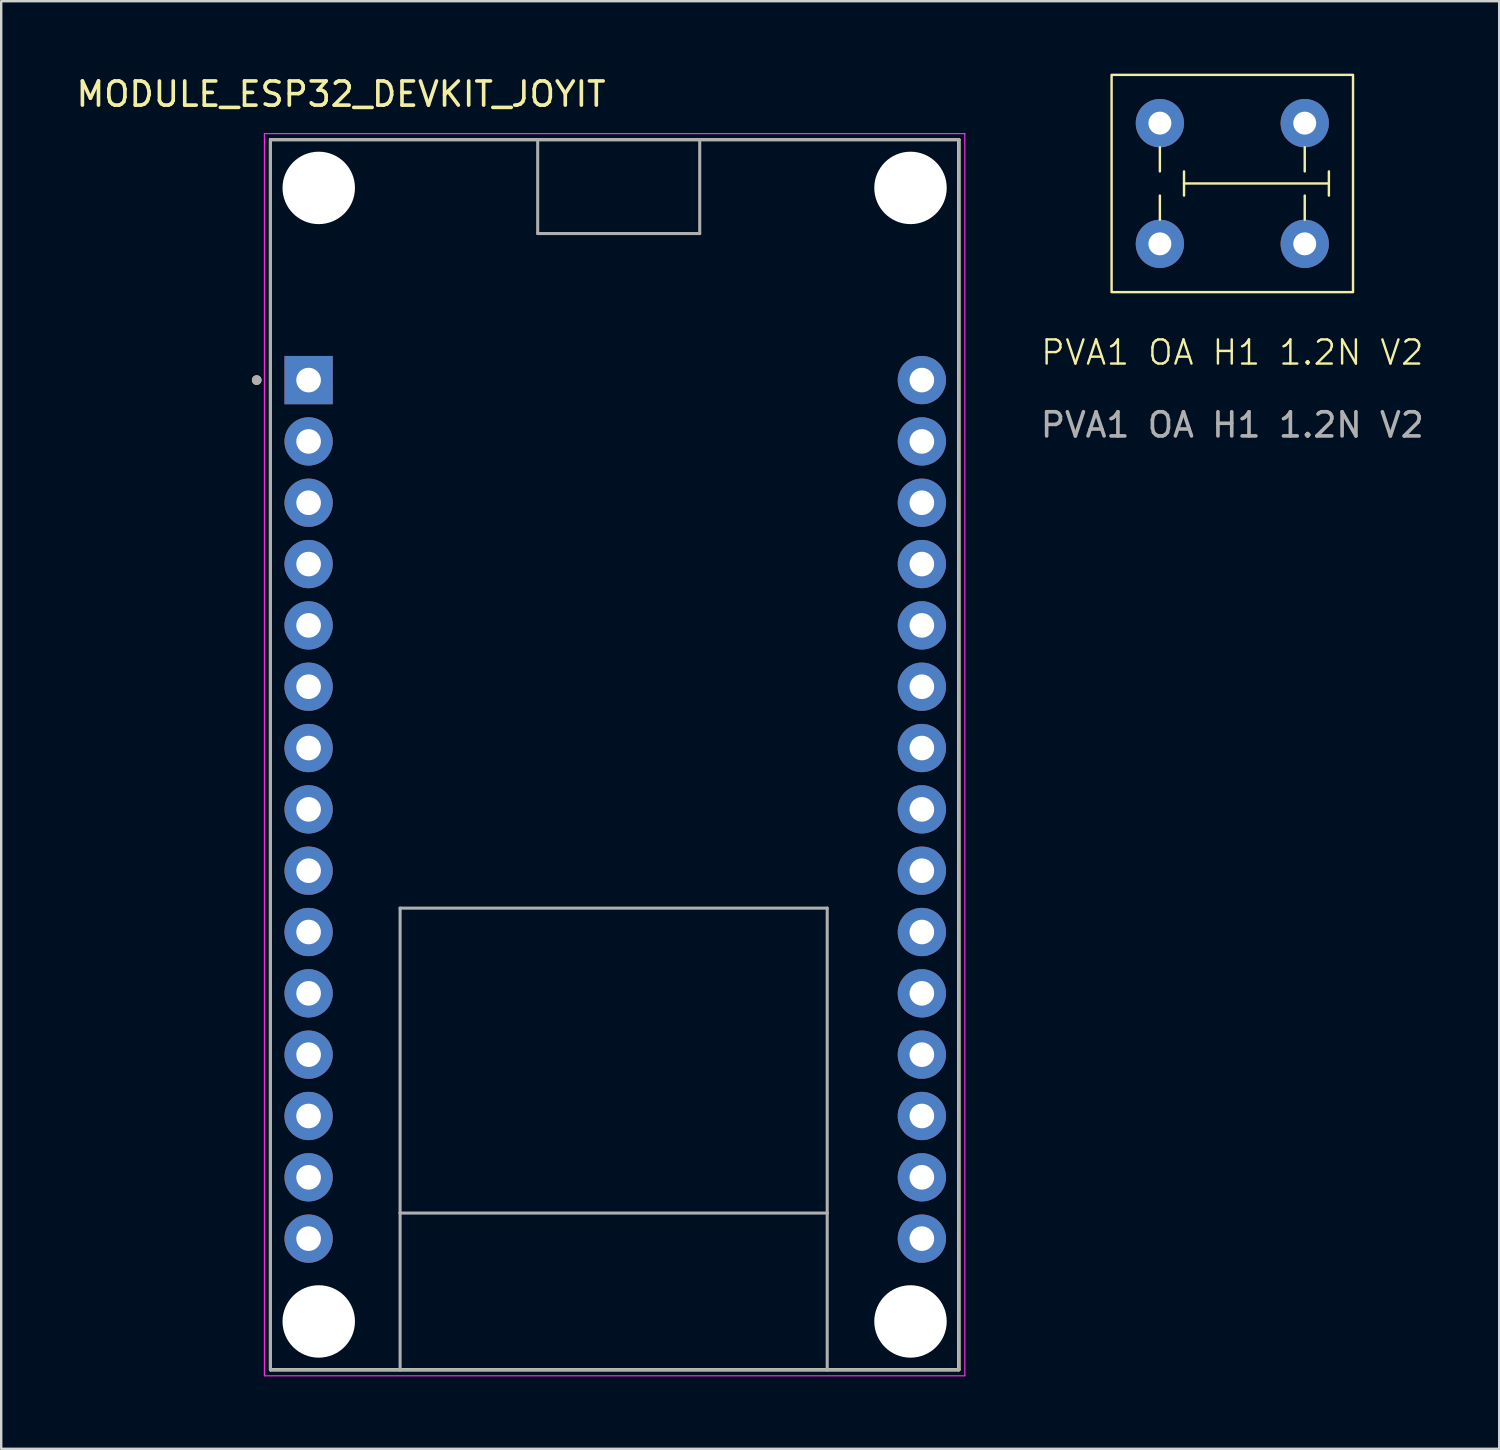
<source format=kicad_pcb>
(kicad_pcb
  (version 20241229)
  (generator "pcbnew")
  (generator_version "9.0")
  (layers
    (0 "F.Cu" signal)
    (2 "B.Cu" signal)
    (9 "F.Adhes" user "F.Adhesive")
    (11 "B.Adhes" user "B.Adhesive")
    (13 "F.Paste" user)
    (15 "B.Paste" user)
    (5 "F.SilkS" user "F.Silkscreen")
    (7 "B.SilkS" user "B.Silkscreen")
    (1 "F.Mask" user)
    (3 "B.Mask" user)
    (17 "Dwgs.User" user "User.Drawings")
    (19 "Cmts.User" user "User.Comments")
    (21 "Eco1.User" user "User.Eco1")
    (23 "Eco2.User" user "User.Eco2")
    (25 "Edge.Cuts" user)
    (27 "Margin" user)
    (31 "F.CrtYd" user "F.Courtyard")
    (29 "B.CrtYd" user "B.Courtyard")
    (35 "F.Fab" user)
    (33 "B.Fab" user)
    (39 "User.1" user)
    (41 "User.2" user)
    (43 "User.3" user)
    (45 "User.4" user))
  (footprint "MODULE_ESP32_DEVKIT_JOYIT"
    (layer "F.Cu")
    (at 22.432 28.208)
    (property "Reference" "MODULE_ESP32_DEVKIT_JOYIT" (at -11.355 -27.36 0) (layer "F.SilkS") (effects (font (size 1 1) (thickness 0.15))))
    (attr through_hole)
    (fp_line (start -14.28 -25.475) (end -3.211 -25.475) (stroke (width 0.127) (type solid)) (layer "F.SilkS"))
    (fp_line (start -14.28 -25.475) (end 14.23 -25.475) (stroke (width 0.127) (type solid)) (layer "F.SilkS"))
    (fp_line (start -14.28 25.475) (end -14.28 -25.475) (stroke (width 0.127) (type solid)) (layer "F.SilkS"))
    (fp_line (start -14.28 25.475) (end -14.28 -25.475) (stroke (width 0.127) (type solid)) (layer "F.SilkS"))
    (fp_line (start -14.28 25.475) (end -8.91 25.475) (stroke (width 0.127) (type solid)) (layer "F.SilkS"))
    (fp_line (start -8.91 25.475) (end 8.78 25.475) (stroke (width 0.127) (type solid)) (layer "F.SilkS"))
    (fp_line (start -3.211 -25.475) (end 3.5 -25.475) (stroke (width 0.127) (type solid)) (layer "F.SilkS"))
    (fp_line (start 3.5 -25.475) (end 14.23 -25.475) (stroke (width 0.127) (type solid)) (layer "F.SilkS"))
    (fp_line (start 8.78 25.475) (end 14.23 25.475) (stroke (width 0.127) (type solid)) (layer "F.SilkS"))
    (fp_line (start 14.23 -25.475) (end 14.23 25.475) (stroke (width 0.127) (type solid)) (layer "F.SilkS"))
    (fp_line (start 14.23 -25.475) (end 14.23 25.475) (stroke (width 0.127) (type solid)) (layer "F.SilkS"))
    (fp_line (start 14.23 25.475) (end -14.28 25.475) (stroke (width 0.127) (type solid)) (layer "F.SilkS"))
    (fp_circle (center -14.85 -15.515) (end -14.75 -15.515) (stroke (width 0.2) (type solid)) (fill no) (layer "F.SilkS"))
    (fp_line (start -14.53 -25.725) (end -14.53 25.725) (stroke (width 0.05) (type solid)) (layer "F.CrtYd"))
    (fp_line (start -14.53 25.725) (end 14.48 25.725) (stroke (width 0.05) (type solid)) (layer "F.CrtYd"))
    (fp_line (start 14.48 -25.725) (end -14.53 -25.725) (stroke (width 0.05) (type solid)) (layer "F.CrtYd"))
    (fp_line (start 14.48 25.725) (end 14.48 -25.725) (stroke (width 0.05) (type solid)) (layer "F.CrtYd"))
    (fp_line (start -14.28 -25.475) (end -3.211 -25.475) (stroke (width 0.127) (type solid)) (layer "F.Fab"))
    (fp_line (start -14.28 25.475) (end -14.28 -25.475) (stroke (width 0.127) (type solid)) (layer "F.Fab"))
    (fp_line (start -14.28 25.475) (end -8.91 25.475) (stroke (width 0.127) (type solid)) (layer "F.Fab"))
    (fp_line (start -8.91 6.355) (end 8.78 6.355) (stroke (width 0.127) (type solid)) (layer "F.Fab"))
    (fp_line (start -8.91 18.985) (end -8.91 6.355) (stroke (width 0.127) (type solid)) (layer "F.Fab"))
    (fp_line (start -8.91 18.985) (end 8.78 18.985) (stroke (width 0.127) (type solid)) (layer "F.Fab"))
    (fp_line (start -8.91 25.475) (end -8.91 18.985) (stroke (width 0.127) (type solid)) (layer "F.Fab"))
    (fp_line (start -8.91 25.475) (end 8.78 25.475) (stroke (width 0.127) (type solid)) (layer "F.Fab"))
    (fp_line (start -3.211 -25.475) (end 3.5 -25.475) (stroke (width 0.127) (type solid)) (layer "F.Fab"))
    (fp_line (start -3.211 -21.585) (end -3.211 -25.475) (stroke (width 0.127) (type solid)) (layer "F.Fab"))
    (fp_line (start 3.5 -25.475) (end 3.5 -21.585) (stroke (width 0.127) (type solid)) (layer "F.Fab"))
    (fp_line (start 3.5 -25.475) (end 14.23 -25.475) (stroke (width 0.127) (type solid)) (layer "F.Fab"))
    (fp_line (start 3.5 -21.585) (end -3.211 -21.585) (stroke (width 0.127) (type solid)) (layer "F.Fab"))
    (fp_line (start 8.78 6.355) (end 8.78 18.985) (stroke (width 0.127) (type solid)) (layer "F.Fab"))
    (fp_line (start 8.78 18.985) (end 8.78 25.475) (stroke (width 0.127) (type solid)) (layer "F.Fab"))
    (fp_line (start 8.78 25.475) (end 14.23 25.475) (stroke (width 0.127) (type solid)) (layer "F.Fab"))
    (fp_line (start 14.23 -25.475) (end 14.23 25.475) (stroke (width 0.127) (type solid)) (layer "F.Fab"))
    (fp_circle (center -14.85 -15.515) (end -14.75 -15.515) (stroke (width 0.2) (type solid)) (fill no) (layer "F.Fab"))
    (pad "" np_thru_hole circle (at -12.28 -23.475) (size 3 3) (drill 3) (layers "*.Cu" "*.Mask"))
    (pad "" np_thru_hole circle (at -12.28 23.475) (size 3 3) (drill 3) (layers "*.Cu" "*.Mask"))
    (pad "" np_thru_hole circle (at 12.23 -23.475) (size 3 3) (drill 3) (layers "*.Cu" "*.Mask"))
    (pad "" np_thru_hole circle (at 12.23 23.475) (size 3 3) (drill 3) (layers "*.Cu" "*.Mask"))
    (pad "1" thru_hole rect (at -12.7 -15.515) (size 2 2) (drill 1.02) (layers "*.Cu" "*.Mask"))
    (pad "2" thru_hole circle (at -12.7 -12.975) (size 2 2) (drill 1.02) (layers "*.Cu" "*.Mask"))
    (pad "3" thru_hole circle (at -12.7 -10.435) (size 2 2) (drill 1.02) (layers "*.Cu" "*.Mask"))
    (pad "4" thru_hole circle (at -12.7 -7.895) (size 2 2) (drill 1.02) (layers "*.Cu" "*.Mask"))
    (pad "5" thru_hole circle (at -12.7 -5.355) (size 2 2) (drill 1.02) (layers "*.Cu" "*.Mask"))
    (pad "6" thru_hole circle (at -12.7 -2.815) (size 2 2) (drill 1.02) (layers "*.Cu" "*.Mask"))
    (pad "7" thru_hole circle (at -12.7 -0.275) (size 2 2) (drill 1.02) (layers "*.Cu" "*.Mask"))
    (pad "8" thru_hole circle (at -12.7 2.265) (size 2 2) (drill 1.02) (layers "*.Cu" "*.Mask"))
    (pad "9" thru_hole circle (at -12.7 4.805) (size 2 2) (drill 1.02) (layers "*.Cu" "*.Mask"))
    (pad "10" thru_hole circle (at -12.7 7.345) (size 2 2) (drill 1.02) (layers "*.Cu" "*.Mask"))
    (pad "11" thru_hole circle (at -12.7 9.885) (size 2 2) (drill 1.02) (layers "*.Cu" "*.Mask"))
    (pad "12" thru_hole circle (at -12.7 12.425) (size 2 2) (drill 1.02) (layers "*.Cu" "*.Mask"))
    (pad "13" thru_hole circle (at -12.7 14.965) (size 2 2) (drill 1.02) (layers "*.Cu" "*.Mask"))
    (pad "14" thru_hole circle (at -12.7 17.505) (size 2 2) (drill 1.02) (layers "*.Cu" "*.Mask"))
    (pad "15" thru_hole circle (at -12.7 20.045) (size 2 2) (drill 1.02) (layers "*.Cu" "*.Mask"))
    (pad "16" thru_hole circle (at 12.7 20.045) (size 2 2) (drill 1.02) (layers "*.Cu" "*.Mask"))
    (pad "17" thru_hole circle (at 12.7 17.505) (size 2 2) (drill 1.02) (layers "*.Cu" "*.Mask"))
    (pad "18" thru_hole circle (at 12.7 14.965) (size 2 2) (drill 1.02) (layers "*.Cu" "*.Mask"))
    (pad "19" thru_hole circle (at 12.7 12.425) (size 2 2) (drill 1.02) (layers "*.Cu" "*.Mask"))
    (pad "20" thru_hole circle (at 12.7 9.885) (size 2 2) (drill 1.02) (layers "*.Cu" "*.Mask"))
    (pad "21" thru_hole circle (at 12.7 7.345) (size 2 2) (drill 1.02) (layers "*.Cu" "*.Mask"))
    (pad "22" thru_hole circle (at 12.7 4.805) (size 2 2) (drill 1.02) (layers "*.Cu" "*.Mask"))
    (pad "23" thru_hole circle (at 12.7 2.265) (size 2 2) (drill 1.02) (layers "*.Cu" "*.Mask"))
    (pad "24" thru_hole circle (at 12.7 -0.275) (size 2 2) (drill 1.02) (layers "*.Cu" "*.Mask"))
    (pad "25" thru_hole circle (at 12.7 -2.815) (size 2 2) (drill 1.02) (layers "*.Cu" "*.Mask"))
    (pad "26" thru_hole circle (at 12.7 -5.355) (size 2 2) (drill 1.02) (layers "*.Cu" "*.Mask"))
    (pad "27" thru_hole circle (at 12.7 -7.895) (size 2 2) (drill 1.02) (layers "*.Cu" "*.Mask"))
    (pad "28" thru_hole circle (at 12.7 -10.435) (size 2 2) (drill 1.02) (layers "*.Cu" "*.Mask"))
    (pad "29" thru_hole circle (at 12.7 -12.975) (size 2 2) (drill 1.02) (layers "*.Cu" "*.Mask"))
    (pad "30" thru_hole circle (at 12.7 -15.515) (size 2 2) (drill 1.02) (layers "*.Cu" "*.Mask")))
  (footprint "PVA1 OA H1 1.2N V2"
    (layer "F.Cu")
    (at 47.991 9.05)
    (property "Reference" "PVA1 OA H1 1.2N V2" (at 0 2.5 0) (unlocked yes) (layer "F.SilkS") (effects (font (size 1 1) (thickness 0.1))))
    (attr through_hole)
    (fp_line (start -3 -6) (end -3 -5) (stroke (width 0.1) (type default)) (layer "F.SilkS"))
    (fp_line (start -3 -3) (end -3 -4) (stroke (width 0.1) (type default)) (layer "F.SilkS"))
    (fp_line (start -2 -5) (end -2 -4) (stroke (width 0.1) (type default)) (layer "F.SilkS"))
    (fp_line (start -2 -4.5) (end 4 -4.5) (stroke (width 0.1) (type default)) (layer "F.SilkS"))
    (fp_line (start 3 -6) (end 3 -5) (stroke (width 0.1) (type default)) (layer "F.SilkS"))
    (fp_line (start 3 -3) (end 3 -4) (stroke (width 0.1) (type default)) (layer "F.SilkS"))
    (fp_line (start 4 -5) (end 4 -4) (stroke (width 0.1) (type default)) (layer "F.SilkS"))
    (fp_rect (start 5 0) (end -5 -9) (stroke (width 0.1) (type default)) (fill no) (layer "F.SilkS"))
    (fp_text user "${REFERENCE}" (at 0 5.5 0) (unlocked yes) (layer "F.Fab") (effects (font (size 1 1) (thickness 0.15))))
    (pad "1" thru_hole circle (at -3 -7) (size 2 2) (drill 0.95) (layers "*.Cu" "*.Mask"))
    (pad "1" thru_hole circle (at 3 -7) (size 2 2) (drill 0.95) (layers "*.Cu" "*.Mask"))
    (pad "2" thru_hole circle (at -3 -2) (size 2 2) (drill 0.95) (layers "*.Cu" "*.Mask"))
    (pad "2" thru_hole circle (at 3 -2) (size 2 2) (drill 0.95) (layers "*.Cu" "*.Mask")))
  (gr_rect
    (start -3 -3)
    (end 59.045 56.958)
    (stroke (width 0.1) (type default))
    (fill no)
    (layer "Edge.Cuts")))
</source>
